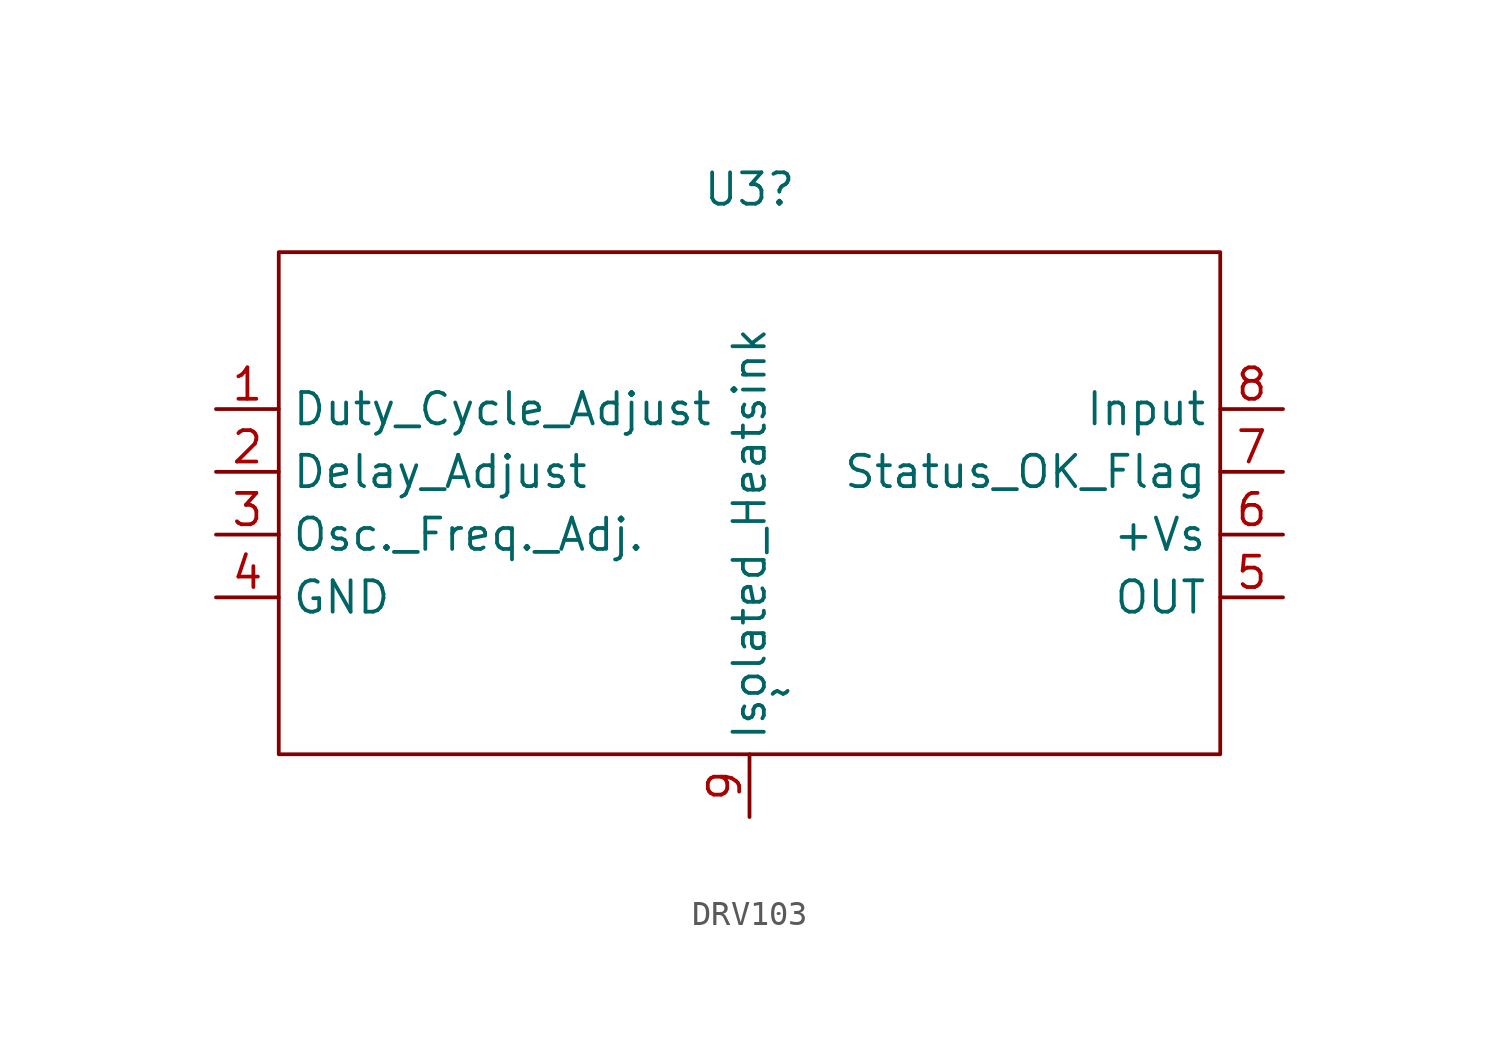
<source format=kicad_sym>
(kicad_symbol_lib
  (version 20220914)
  (generator kicad_symbol_editor)
  (symbol "DRV103"
    (property "Reference" "U3"
      (at 0 12.7 0)
      (effects (font (size 1.27 1.27))))
    (property "Value" "~"
      (at 1.27 -7.62 0)
      (effects (font (size 1.27 1.27))))
    (symbol "DRV103_0_1"
      (rectangle (start -19.05 10.16) (end 19.05 -10.16) (stroke (width 0) (type default)) (fill (type none))))
    (symbol "DRV103_1_1"
      (pin input line (at -21.59 3.81 0) (length 2.54) (name "Duty_Cycle_Adjust" (effects (font (size 1.27 1.27)))) (number "1" (effects (font (size 1.27 1.27)))))
      (pin input line (at -21.59 1.27 0) (length 2.54) (name "Delay_Adjust" (effects (font (size 1.27 1.27)))) (number "2" (effects (font (size 1.27 1.27)))))
      (pin input line (at -21.59 -1.27 0) (length 2.54) (name "Osc._Freq._Adj." (effects (font (size 1.27 1.27)))) (number "3" (effects (font (size 1.27 1.27)))))
      (pin input line (at -21.59 -3.81 0) (length 2.54) (name "GND" (effects (font (size 1.27 1.27)))) (number "4" (effects (font (size 1.27 1.27)))))
      (pin output line (at 21.59 -3.81 180) (length 2.54) (name "OUT" (effects (font (size 1.27 1.27)))) (number "5" (effects (font (size 1.27 1.27)))))
      (pin input line (at 21.59 -1.27 180) (length 2.54) (name "+Vs" (effects (font (size 1.27 1.27)))) (number "6" (effects (font (size 1.27 1.27)))))
      (pin output line (at 21.59 1.27 180) (length 2.54) (name "Status_OK_Flag" (effects (font (size 1.27 1.27)))) (number "7" (effects (font (size 1.27 1.27)))))
      (pin input line (at 21.59 3.81 180) (length 2.54) (name "Input" (effects (font (size 1.27 1.27)))) (number "8" (effects (font (size 1.27 1.27)))))
      (pin input line (at 0 -12.7 90) (length 2.54) (name "Isolated_Heatsink" (effects (font (size 1.27 1.27)))) (number "9" (effects (font (size 1.27 1.27))))))))
</source>
